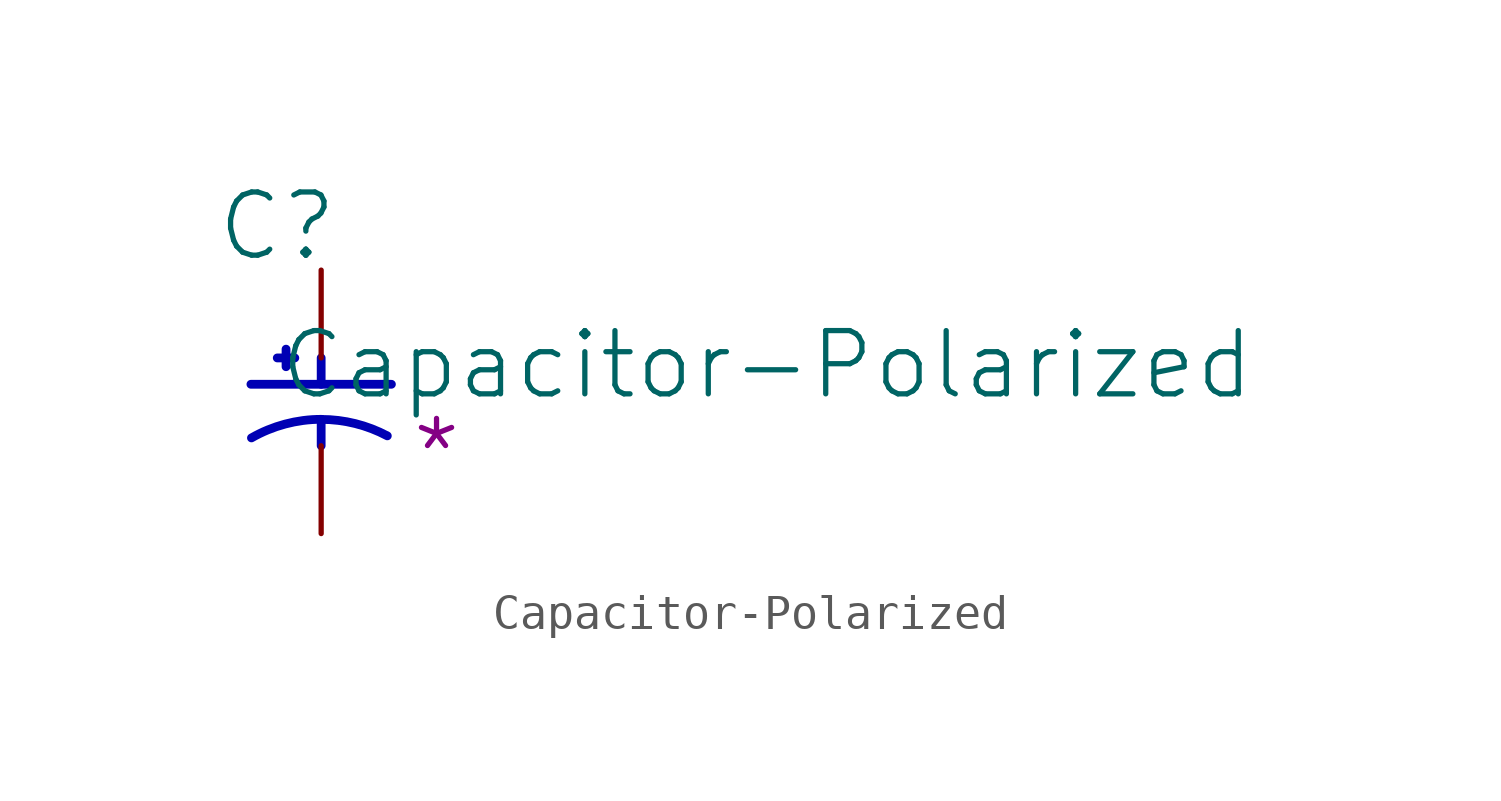
<source format=kicad_sym>
(kicad_symbol_lib
  (version 20231120)
  (generator "kicad_symbol_editor")
  (generator_version "8.0")
  (symbol "Capacitor-Polarized"
    (property "Reference" "C"
      (at -1.27 1.27 0)
      (effects (font (size 1.829 1.829))))
    (property "Value" "Capacitor-Polarized"
      (at -1.27 -3.81 0)
      (effects (font (size 1.829 1.829)) (justify left bottom)))
    (property "Capacitance" "*"
      (at 2.54 -6.35 0)
      (effects (font (size 1.829 1.829)) (justify left bottom)))
    (symbol "Capacitor-Polarized_1_0"
      (arc (start 0 -4.318) (mid -1.0431 -4.4541) (end -2.0163 -4.8535) (stroke (width 0.254) (type solid) (color 0 0 180 1)) (fill (type none)))
      (polyline (pts (xy -2.032 -3.302) (xy 2.032 -3.302)) (stroke (width 0.254) (type solid) (color 0 0 180 1)) (fill (type none)))
      (polyline (pts (xy -1.27 -2.54) (xy -0.762 -2.54)) (stroke (width 0.254) (type solid) (color 0 0 180 1)) (fill (type none)))
      (polyline (pts (xy -1.016 -2.286) (xy -1.016 -2.794)) (stroke (width 0.254) (type solid) (color 0 0 180 1)) (fill (type none)))
      (polyline (pts (xy 0 -4.318) (xy 0 -5.08)) (stroke (width 0.254) (type solid) (color 0 0 180 1)) (fill (type none)))
      (polyline (pts (xy 0 -2.54) (xy 0 -3.302)) (stroke (width 0.254) (type solid) (color 0 0 180 1)) (fill (type none)))
      (arc (start 1.9124 -4.7961) (mid 0.9856 -4.4393) (end 0 -4.318) (stroke (width 0.254) (type solid) (color 0 0 180 1)) (fill (type none)))
      (pin passive line (at 0 0 270) (length 2.54) (name "1" (effects (font (size 0 0)))) (number "1" (effects (font (size 0 0)))))
      (pin passive line (at 0 -7.62 90) (length 2.54) (name "2" (effects (font (size 0 0)))) (number "2" (effects (font (size 0 0))))))))
</source>
